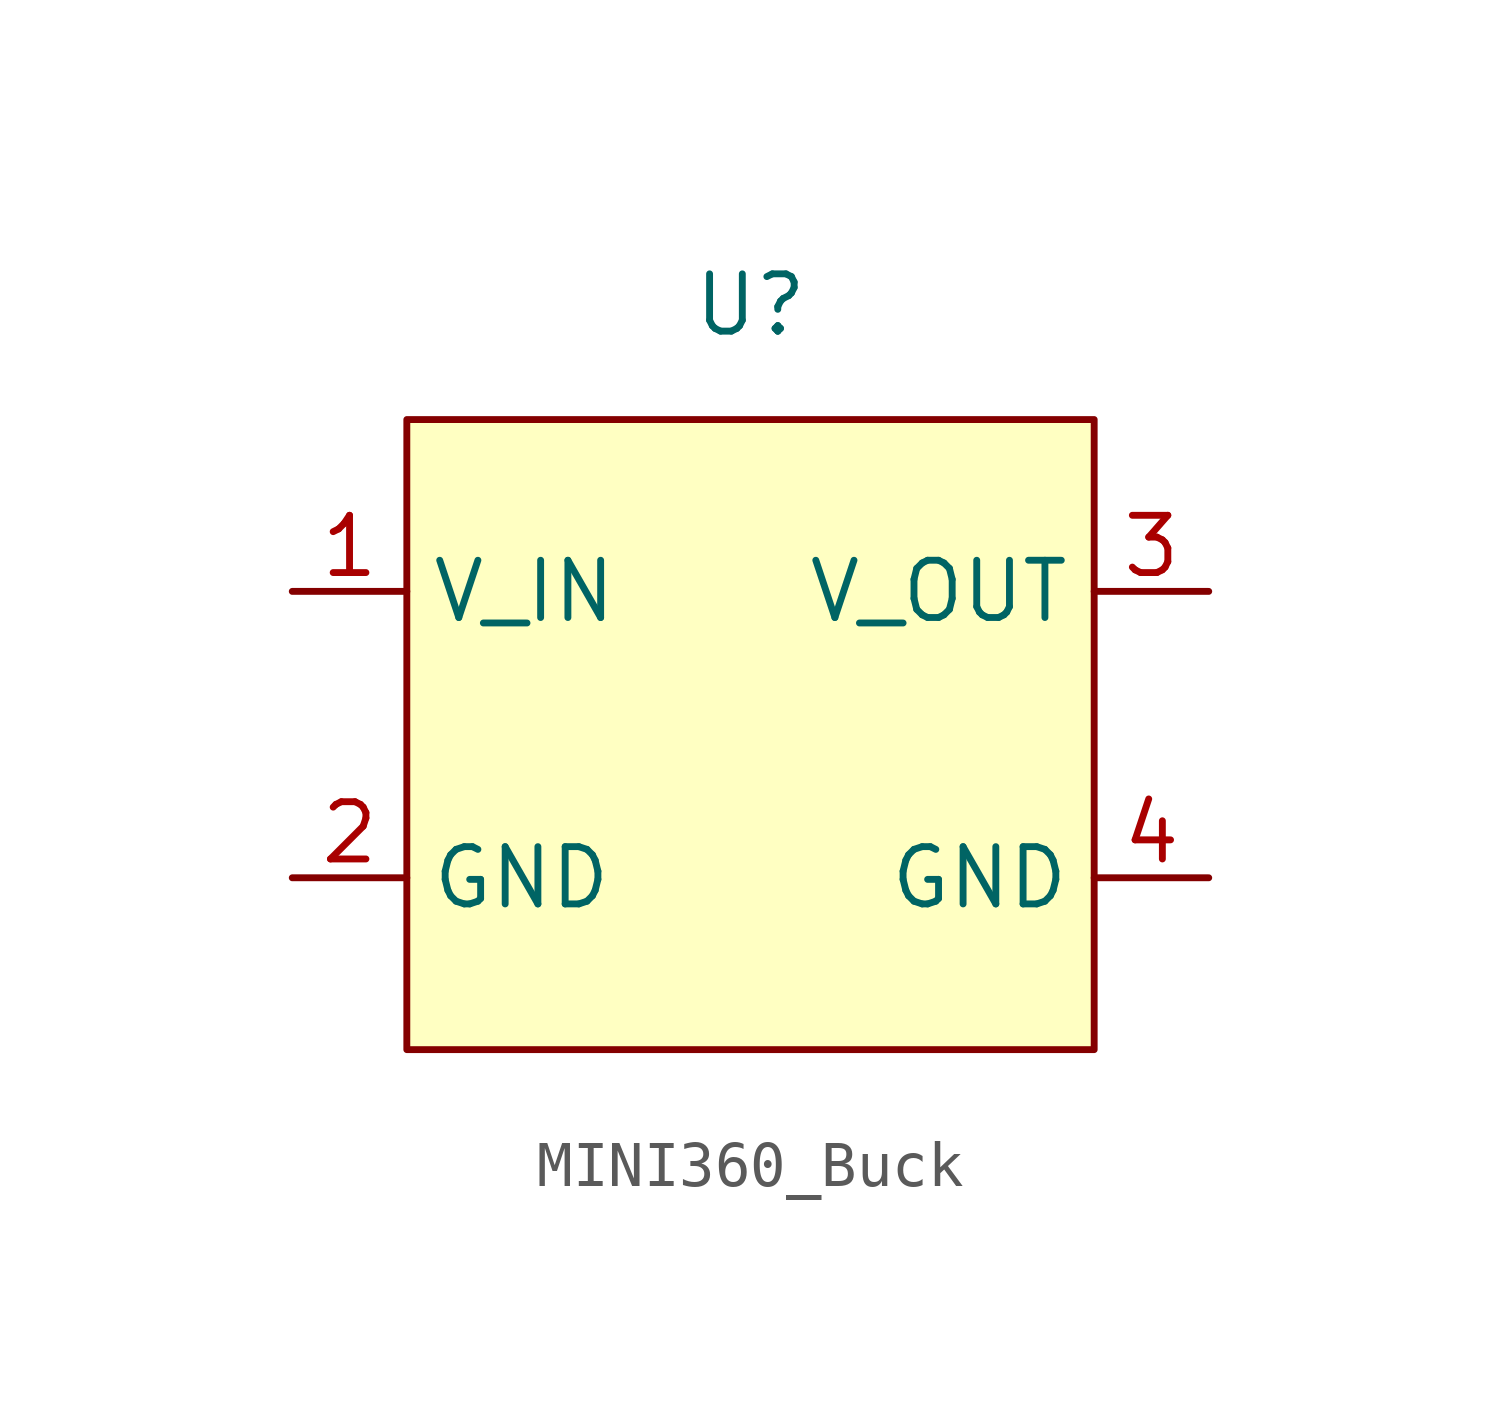
<source format=kicad_sym>
(kicad_symbol_lib
  (version 20220914)
  (generator kicad_symbol_editor)
  (symbol "MINI360_Buck"
    (property "Reference" "U"
      (at 0 10.16 0)
      (effects (font (size 1.27 1.27))))
    (property "Value" ""
      (at 0 0 0)
      (effects (font (size 1.27 1.27))))
    (symbol "MINI360_Buck_1_1"
      (rectangle (start -7.62 7.62) (end 7.62 -6.35) (stroke (width 0) (type default)) (fill (type background)))
      (pin power_in line (at -10.16 3.81 0) (length 2.54) (name "V_IN" (effects (font (size 1.27 1.27)))) (number "1" (effects (font (size 1.27 1.27)))))
      (pin passive line (at -10.16 -2.54 0) (length 2.54) (name "GND" (effects (font (size 1.27 1.27)))) (number "2" (effects (font (size 1.27 1.27)))))
      (pin power_out line (at 10.16 3.81 180) (length 2.54) (name "V_OUT" (effects (font (size 1.27 1.27)))) (number "3" (effects (font (size 1.27 1.27)))))
      (pin passive line (at 10.16 -2.54 180) (length 2.54) (name "GND" (effects (font (size 1.27 1.27)))) (number "4" (effects (font (size 1.27 1.27))))))))
</source>
